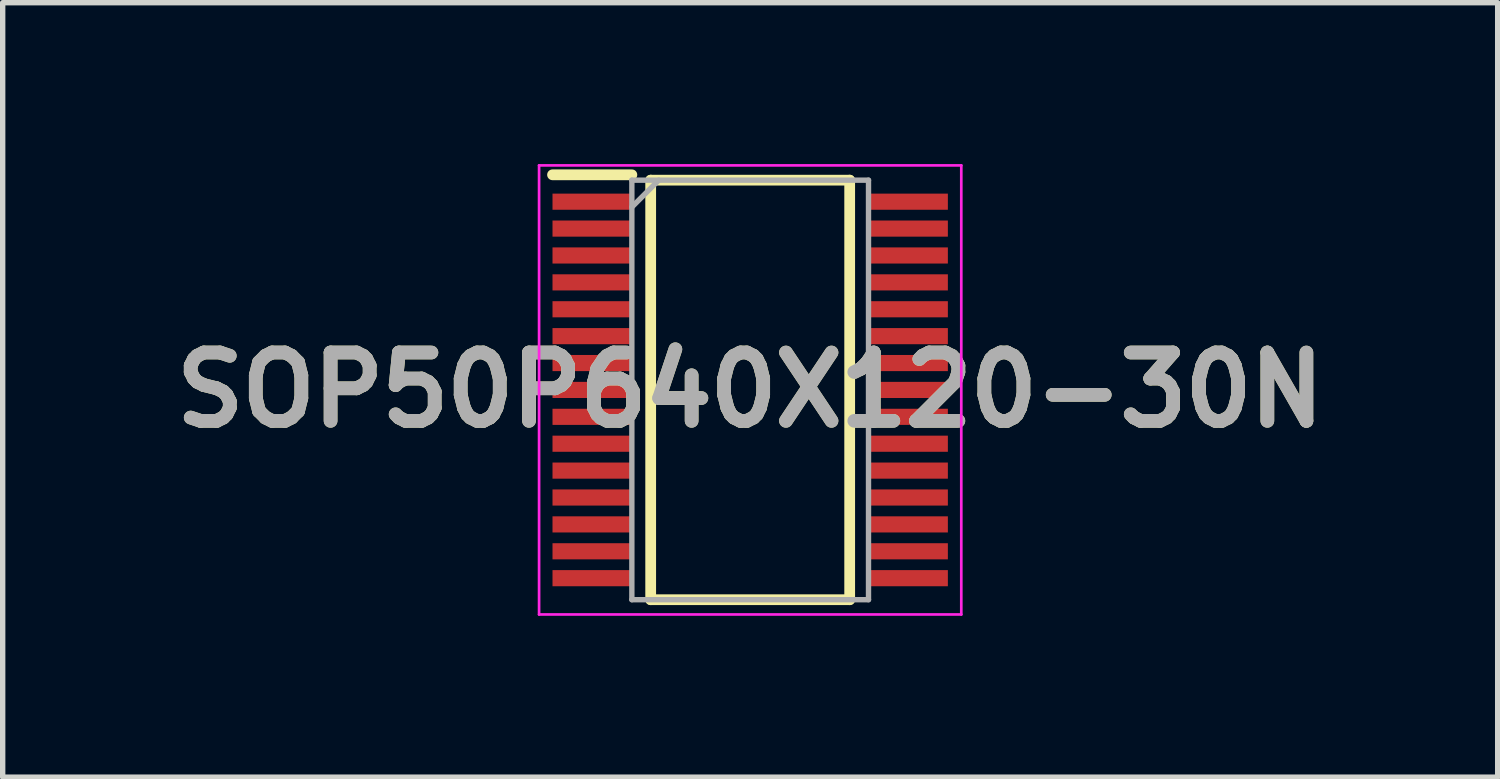
<source format=kicad_pcb>
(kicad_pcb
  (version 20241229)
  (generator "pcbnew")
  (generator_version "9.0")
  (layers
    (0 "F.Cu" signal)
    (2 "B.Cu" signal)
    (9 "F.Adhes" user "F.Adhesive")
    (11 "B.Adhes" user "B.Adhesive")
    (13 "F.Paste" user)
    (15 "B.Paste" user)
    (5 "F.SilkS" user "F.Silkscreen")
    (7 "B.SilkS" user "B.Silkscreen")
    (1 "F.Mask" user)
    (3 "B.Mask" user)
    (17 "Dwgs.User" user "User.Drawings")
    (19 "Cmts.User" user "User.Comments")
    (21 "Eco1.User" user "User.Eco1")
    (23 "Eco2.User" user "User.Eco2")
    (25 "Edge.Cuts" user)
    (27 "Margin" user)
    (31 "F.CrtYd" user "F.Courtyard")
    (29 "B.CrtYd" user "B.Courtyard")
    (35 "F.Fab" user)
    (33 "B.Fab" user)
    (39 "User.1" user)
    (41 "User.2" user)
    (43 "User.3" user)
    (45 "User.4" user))
  (footprint "SOP50P640X120-30N"
    (layer "F.Cu")
    (at 10.898 4.2)
    (property "Reference" "SOP50P640X120-30N" (at 0 0 0) (layer "F.SilkS") (effects (font (size 1.27 1.27) (thickness 0.254))))
    (attr smd)
    (fp_line (start -3.675 -4) (end -2.2 -4) (stroke (width 0.2) (type solid)) (layer "F.SilkS"))
    (fp_line (start -1.85 -3.9) (end 1.85 -3.9) (stroke (width 0.2) (type solid)) (layer "F.SilkS"))
    (fp_line (start -1.85 3.9) (end -1.85 -3.9) (stroke (width 0.2) (type solid)) (layer "F.SilkS"))
    (fp_line (start 1.85 -3.9) (end 1.85 3.9) (stroke (width 0.2) (type solid)) (layer "F.SilkS"))
    (fp_line (start 1.85 3.9) (end -1.85 3.9) (stroke (width 0.2) (type solid)) (layer "F.SilkS"))
    (fp_line (start -3.925 -4.175) (end 3.925 -4.175) (stroke (width 0.05) (type solid)) (layer "F.CrtYd"))
    (fp_line (start -3.925 4.175) (end -3.925 -4.175) (stroke (width 0.05) (type solid)) (layer "F.CrtYd"))
    (fp_line (start 3.925 -4.175) (end 3.925 4.175) (stroke (width 0.05) (type solid)) (layer "F.CrtYd"))
    (fp_line (start 3.925 4.175) (end -3.925 4.175) (stroke (width 0.05) (type solid)) (layer "F.CrtYd"))
    (fp_line (start -2.2 -3.9) (end 2.2 -3.9) (stroke (width 0.1) (type solid)) (layer "F.Fab"))
    (fp_line (start -2.2 -3.4) (end -1.7 -3.9) (stroke (width 0.1) (type solid)) (layer "F.Fab"))
    (fp_line (start -2.2 3.9) (end -2.2 -3.9) (stroke (width 0.1) (type solid)) (layer "F.Fab"))
    (fp_line (start 2.2 -3.9) (end 2.2 3.9) (stroke (width 0.1) (type solid)) (layer "F.Fab"))
    (fp_line (start 2.2 3.9) (end -2.2 3.9) (stroke (width 0.1) (type solid)) (layer "F.Fab"))
    (fp_text user "${REFERENCE}" (at 0 0 0) (layer "F.Fab") (effects (font (size 1.27 1.27) (thickness 0.254))))
    (pad "1" smd rect (at -2.938 -3.5 90) (size 0.3 1.475) (layers "F.Cu" "F.Mask" "F.Paste"))
    (pad "2" smd rect (at -2.938 -3 90) (size 0.3 1.475) (layers "F.Cu" "F.Mask" "F.Paste"))
    (pad "3" smd rect (at -2.938 -2.5 90) (size 0.3 1.475) (layers "F.Cu" "F.Mask" "F.Paste"))
    (pad "4" smd rect (at -2.938 -2 90) (size 0.3 1.475) (layers "F.Cu" "F.Mask" "F.Paste"))
    (pad "5" smd rect (at -2.938 -1.5 90) (size 0.3 1.475) (layers "F.Cu" "F.Mask" "F.Paste"))
    (pad "6" smd rect (at -2.938 -1 90) (size 0.3 1.475) (layers "F.Cu" "F.Mask" "F.Paste"))
    (pad "7" smd rect (at -2.938 -0.5 90) (size 0.3 1.475) (layers "F.Cu" "F.Mask" "F.Paste"))
    (pad "8" smd rect (at -2.938 0 90) (size 0.3 1.475) (layers "F.Cu" "F.Mask" "F.Paste"))
    (pad "9" smd rect (at -2.938 0.5 90) (size 0.3 1.475) (layers "F.Cu" "F.Mask" "F.Paste"))
    (pad "10" smd rect (at -2.938 1 90) (size 0.3 1.475) (layers "F.Cu" "F.Mask" "F.Paste"))
    (pad "11" smd rect (at -2.938 1.5 90) (size 0.3 1.475) (layers "F.Cu" "F.Mask" "F.Paste"))
    (pad "12" smd rect (at -2.938 2 90) (size 0.3 1.475) (layers "F.Cu" "F.Mask" "F.Paste"))
    (pad "13" smd rect (at -2.938 2.5 90) (size 0.3 1.475) (layers "F.Cu" "F.Mask" "F.Paste"))
    (pad "14" smd rect (at -2.938 3 90) (size 0.3 1.475) (layers "F.Cu" "F.Mask" "F.Paste"))
    (pad "15" smd rect (at -2.938 3.5 90) (size 0.3 1.475) (layers "F.Cu" "F.Mask" "F.Paste"))
    (pad "16" smd rect (at 2.938 3.5 90) (size 0.3 1.475) (layers "F.Cu" "F.Mask" "F.Paste"))
    (pad "17" smd rect (at 2.938 3 90) (size 0.3 1.475) (layers "F.Cu" "F.Mask" "F.Paste"))
    (pad "18" smd rect (at 2.938 2.5 90) (size 0.3 1.475) (layers "F.Cu" "F.Mask" "F.Paste"))
    (pad "19" smd rect (at 2.938 2 90) (size 0.3 1.475) (layers "F.Cu" "F.Mask" "F.Paste"))
    (pad "20" smd rect (at 2.938 1.5 90) (size 0.3 1.475) (layers "F.Cu" "F.Mask" "F.Paste"))
    (pad "21" smd rect (at 2.938 1 90) (size 0.3 1.475) (layers "F.Cu" "F.Mask" "F.Paste"))
    (pad "22" smd rect (at 2.938 0.5 90) (size 0.3 1.475) (layers "F.Cu" "F.Mask" "F.Paste"))
    (pad "23" smd rect (at 2.938 0 90) (size 0.3 1.475) (layers "F.Cu" "F.Mask" "F.Paste"))
    (pad "24" smd rect (at 2.938 -0.5 90) (size 0.3 1.475) (layers "F.Cu" "F.Mask" "F.Paste"))
    (pad "25" smd rect (at 2.938 -1 90) (size 0.3 1.475) (layers "F.Cu" "F.Mask" "F.Paste"))
    (pad "26" smd rect (at 2.938 -1.5 90) (size 0.3 1.475) (layers "F.Cu" "F.Mask" "F.Paste"))
    (pad "27" smd rect (at 2.938 -2 90) (size 0.3 1.475) (layers "F.Cu" "F.Mask" "F.Paste"))
    (pad "28" smd rect (at 2.938 -2.5 90) (size 0.3 1.475) (layers "F.Cu" "F.Mask" "F.Paste"))
    (pad "29" smd rect (at 2.938 -3 90) (size 0.3 1.475) (layers "F.Cu" "F.Mask" "F.Paste"))
    (pad "30" smd rect (at 2.938 -3.5 90) (size 0.3 1.475) (layers "F.Cu" "F.Mask" "F.Paste")))
  (gr_rect
    (start -3 -3)
    (end 24.796 11.4)
    (stroke (width 0.1) (type default))
    (fill no)
    (layer "Edge.Cuts")))
</source>
